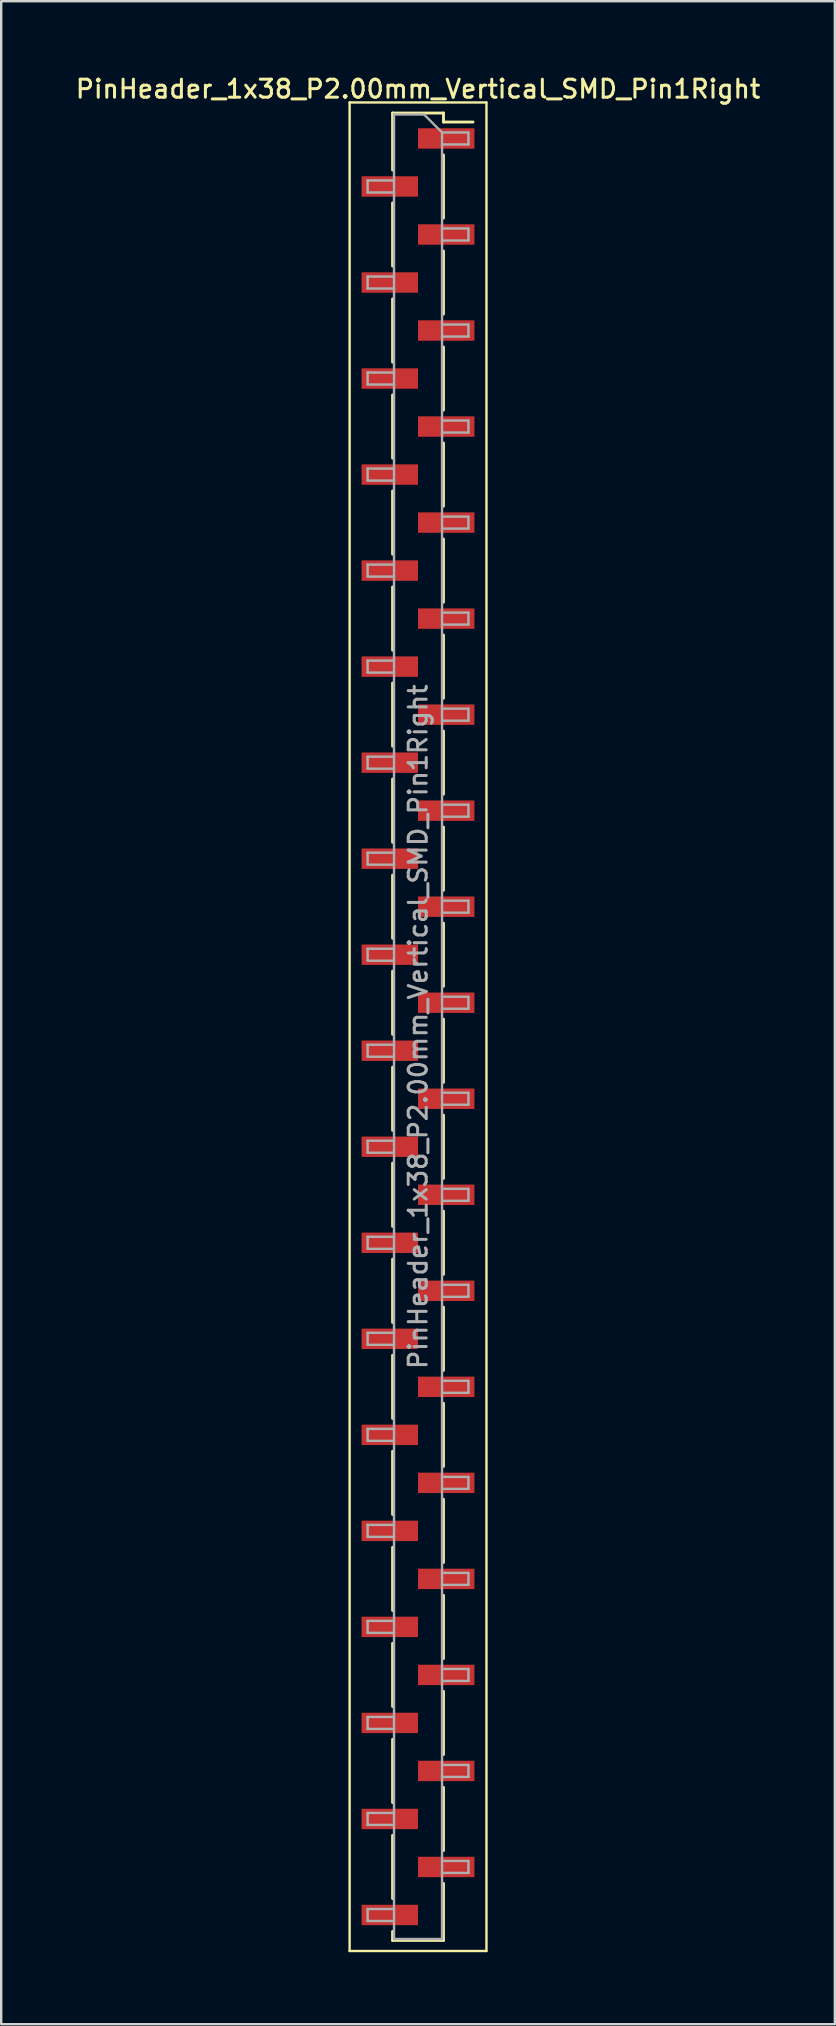
<source format=kicad_pcb>
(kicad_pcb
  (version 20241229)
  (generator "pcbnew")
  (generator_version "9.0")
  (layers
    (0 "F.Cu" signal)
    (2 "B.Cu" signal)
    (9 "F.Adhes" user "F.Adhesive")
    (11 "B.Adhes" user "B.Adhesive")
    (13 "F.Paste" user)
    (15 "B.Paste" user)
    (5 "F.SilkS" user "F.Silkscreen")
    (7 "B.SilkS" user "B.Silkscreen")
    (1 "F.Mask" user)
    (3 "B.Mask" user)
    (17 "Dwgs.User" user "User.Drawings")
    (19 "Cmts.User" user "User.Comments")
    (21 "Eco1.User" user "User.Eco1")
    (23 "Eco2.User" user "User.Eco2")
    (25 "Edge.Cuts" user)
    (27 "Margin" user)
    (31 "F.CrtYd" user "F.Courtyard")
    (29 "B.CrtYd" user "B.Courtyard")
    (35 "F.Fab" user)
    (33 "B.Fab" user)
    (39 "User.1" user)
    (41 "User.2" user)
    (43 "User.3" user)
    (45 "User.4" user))
  (footprint "PinHeader_1x38_P2.00mm_Vertical_SMD_Pin1Right"
    (layer "F.Cu")
    (at 14.363 39.718)
    (property "Reference" "PinHeader_1x38_P2.00mm_Vertical_SMD_Pin1Right" (at 0 -39.06 0) (layer "F.SilkS") (effects (font (size 0.75 0.75) (thickness 0.125))))
    (attr smd)
    (fp_line (start -2.85 -38.5) (end -2.85 38.5) (stroke (width 0.1) (type solid)) (layer "F.SilkS"))
    (fp_line (start -2.85 38.5) (end 2.85 38.5) (stroke (width 0.1) (type solid)) (layer "F.SilkS"))
    (fp_line (start -1.06 -38.06) (end -1.06 -35.685) (stroke (width 0.12) (type solid)) (layer "F.SilkS"))
    (fp_line (start -1.06 -38.06) (end 1.06 -38.06) (stroke (width 0.12) (type solid)) (layer "F.SilkS"))
    (fp_line (start -1.06 -34.315) (end -1.06 -31.685) (stroke (width 0.12) (type solid)) (layer "F.SilkS"))
    (fp_line (start -1.06 -30.315) (end -1.06 -27.685) (stroke (width 0.12) (type solid)) (layer "F.SilkS"))
    (fp_line (start -1.06 -26.315) (end -1.06 -23.685) (stroke (width 0.12) (type solid)) (layer "F.SilkS"))
    (fp_line (start -1.06 -22.315) (end -1.06 -19.685) (stroke (width 0.12) (type solid)) (layer "F.SilkS"))
    (fp_line (start -1.06 -18.315) (end -1.06 -15.685) (stroke (width 0.12) (type solid)) (layer "F.SilkS"))
    (fp_line (start -1.06 -14.315) (end -1.06 -11.685) (stroke (width 0.12) (type solid)) (layer "F.SilkS"))
    (fp_line (start -1.06 -10.315) (end -1.06 -7.685) (stroke (width 0.12) (type solid)) (layer "F.SilkS"))
    (fp_line (start -1.06 -6.315) (end -1.06 -3.685) (stroke (width 0.12) (type solid)) (layer "F.SilkS"))
    (fp_line (start -1.06 -2.315) (end -1.06 0.315) (stroke (width 0.12) (type solid)) (layer "F.SilkS"))
    (fp_line (start -1.06 1.685) (end -1.06 4.315) (stroke (width 0.12) (type solid)) (layer "F.SilkS"))
    (fp_line (start -1.06 5.685) (end -1.06 8.315) (stroke (width 0.12) (type solid)) (layer "F.SilkS"))
    (fp_line (start -1.06 9.685) (end -1.06 12.315) (stroke (width 0.12) (type solid)) (layer "F.SilkS"))
    (fp_line (start -1.06 13.685) (end -1.06 16.315) (stroke (width 0.12) (type solid)) (layer "F.SilkS"))
    (fp_line (start -1.06 17.685) (end -1.06 20.315) (stroke (width 0.12) (type solid)) (layer "F.SilkS"))
    (fp_line (start -1.06 21.685) (end -1.06 24.315) (stroke (width 0.12) (type solid)) (layer "F.SilkS"))
    (fp_line (start -1.06 25.685) (end -1.06 28.315) (stroke (width 0.12) (type solid)) (layer "F.SilkS"))
    (fp_line (start -1.06 29.685) (end -1.06 32.315) (stroke (width 0.12) (type solid)) (layer "F.SilkS"))
    (fp_line (start -1.06 33.685) (end -1.06 36.315) (stroke (width 0.12) (type solid)) (layer "F.SilkS"))
    (fp_line (start -1.06 37.685) (end -1.06 38.06) (stroke (width 0.12) (type solid)) (layer "F.SilkS"))
    (fp_line (start -1.06 38.06) (end 1.06 38.06) (stroke (width 0.12) (type solid)) (layer "F.SilkS"))
    (fp_line (start 1.06 -38.06) (end 1.06 -37.685) (stroke (width 0.12) (type solid)) (layer "F.SilkS"))
    (fp_line (start 1.06 -37.685) (end 2.29 -37.685) (stroke (width 0.12) (type solid)) (layer "F.SilkS"))
    (fp_line (start 1.06 -36.315) (end 1.06 -33.685) (stroke (width 0.12) (type solid)) (layer "F.SilkS"))
    (fp_line (start 1.06 -32.315) (end 1.06 -29.685) (stroke (width 0.12) (type solid)) (layer "F.SilkS"))
    (fp_line (start 1.06 -28.315) (end 1.06 -25.685) (stroke (width 0.12) (type solid)) (layer "F.SilkS"))
    (fp_line (start 1.06 -24.315) (end 1.06 -21.685) (stroke (width 0.12) (type solid)) (layer "F.SilkS"))
    (fp_line (start 1.06 -20.315) (end 1.06 -17.685) (stroke (width 0.12) (type solid)) (layer "F.SilkS"))
    (fp_line (start 1.06 -16.315) (end 1.06 -13.685) (stroke (width 0.12) (type solid)) (layer "F.SilkS"))
    (fp_line (start 1.06 -12.315) (end 1.06 -9.685) (stroke (width 0.12) (type solid)) (layer "F.SilkS"))
    (fp_line (start 1.06 -8.315) (end 1.06 -5.685) (stroke (width 0.12) (type solid)) (layer "F.SilkS"))
    (fp_line (start 1.06 -4.315) (end 1.06 -1.685) (stroke (width 0.12) (type solid)) (layer "F.SilkS"))
    (fp_line (start 1.06 -0.315) (end 1.06 2.315) (stroke (width 0.12) (type solid)) (layer "F.SilkS"))
    (fp_line (start 1.06 3.685) (end 1.06 6.315) (stroke (width 0.12) (type solid)) (layer "F.SilkS"))
    (fp_line (start 1.06 7.685) (end 1.06 10.315) (stroke (width 0.12) (type solid)) (layer "F.SilkS"))
    (fp_line (start 1.06 11.685) (end 1.06 14.315) (stroke (width 0.12) (type solid)) (layer "F.SilkS"))
    (fp_line (start 1.06 15.685) (end 1.06 18.315) (stroke (width 0.12) (type solid)) (layer "F.SilkS"))
    (fp_line (start 1.06 19.685) (end 1.06 22.315) (stroke (width 0.12) (type solid)) (layer "F.SilkS"))
    (fp_line (start 1.06 23.685) (end 1.06 26.315) (stroke (width 0.12) (type solid)) (layer "F.SilkS"))
    (fp_line (start 1.06 27.685) (end 1.06 30.315) (stroke (width 0.12) (type solid)) (layer "F.SilkS"))
    (fp_line (start 1.06 31.685) (end 1.06 34.315) (stroke (width 0.12) (type solid)) (layer "F.SilkS"))
    (fp_line (start 1.06 35.685) (end 1.06 38.06) (stroke (width 0.12) (type solid)) (layer "F.SilkS"))
    (fp_line (start 2.85 -38.5) (end -2.85 -38.5) (stroke (width 0.1) (type solid)) (layer "F.SilkS"))
    (fp_line (start 2.85 38.5) (end 2.85 -38.5) (stroke (width 0.1) (type solid)) (layer "F.SilkS"))
    (fp_line (start -2.1 -35.25) (end -2.1 -34.75) (stroke (width 0.1) (type solid)) (layer "F.Fab"))
    (fp_line (start -2.1 -34.75) (end -1 -34.75) (stroke (width 0.1) (type solid)) (layer "F.Fab"))
    (fp_line (start -2.1 -31.25) (end -2.1 -30.75) (stroke (width 0.1) (type solid)) (layer "F.Fab"))
    (fp_line (start -2.1 -30.75) (end -1 -30.75) (stroke (width 0.1) (type solid)) (layer "F.Fab"))
    (fp_line (start -2.1 -27.25) (end -2.1 -26.75) (stroke (width 0.1) (type solid)) (layer "F.Fab"))
    (fp_line (start -2.1 -26.75) (end -1 -26.75) (stroke (width 0.1) (type solid)) (layer "F.Fab"))
    (fp_line (start -2.1 -23.25) (end -2.1 -22.75) (stroke (width 0.1) (type solid)) (layer "F.Fab"))
    (fp_line (start -2.1 -22.75) (end -1 -22.75) (stroke (width 0.1) (type solid)) (layer "F.Fab"))
    (fp_line (start -2.1 -19.25) (end -2.1 -18.75) (stroke (width 0.1) (type solid)) (layer "F.Fab"))
    (fp_line (start -2.1 -18.75) (end -1 -18.75) (stroke (width 0.1) (type solid)) (layer "F.Fab"))
    (fp_line (start -2.1 -15.25) (end -2.1 -14.75) (stroke (width 0.1) (type solid)) (layer "F.Fab"))
    (fp_line (start -2.1 -14.75) (end -1 -14.75) (stroke (width 0.1) (type solid)) (layer "F.Fab"))
    (fp_line (start -2.1 -11.25) (end -2.1 -10.75) (stroke (width 0.1) (type solid)) (layer "F.Fab"))
    (fp_line (start -2.1 -10.75) (end -1 -10.75) (stroke (width 0.1) (type solid)) (layer "F.Fab"))
    (fp_line (start -2.1 -7.25) (end -2.1 -6.75) (stroke (width 0.1) (type solid)) (layer "F.Fab"))
    (fp_line (start -2.1 -6.75) (end -1 -6.75) (stroke (width 0.1) (type solid)) (layer "F.Fab"))
    (fp_line (start -2.1 -3.25) (end -2.1 -2.75) (stroke (width 0.1) (type solid)) (layer "F.Fab"))
    (fp_line (start -2.1 -2.75) (end -1 -2.75) (stroke (width 0.1) (type solid)) (layer "F.Fab"))
    (fp_line (start -2.1 0.75) (end -2.1 1.25) (stroke (width 0.1) (type solid)) (layer "F.Fab"))
    (fp_line (start -2.1 1.25) (end -1 1.25) (stroke (width 0.1) (type solid)) (layer "F.Fab"))
    (fp_line (start -2.1 4.75) (end -2.1 5.25) (stroke (width 0.1) (type solid)) (layer "F.Fab"))
    (fp_line (start -2.1 5.25) (end -1 5.25) (stroke (width 0.1) (type solid)) (layer "F.Fab"))
    (fp_line (start -2.1 8.75) (end -2.1 9.25) (stroke (width 0.1) (type solid)) (layer "F.Fab"))
    (fp_line (start -2.1 9.25) (end -1 9.25) (stroke (width 0.1) (type solid)) (layer "F.Fab"))
    (fp_line (start -2.1 12.75) (end -2.1 13.25) (stroke (width 0.1) (type solid)) (layer "F.Fab"))
    (fp_line (start -2.1 13.25) (end -1 13.25) (stroke (width 0.1) (type solid)) (layer "F.Fab"))
    (fp_line (start -2.1 16.75) (end -2.1 17.25) (stroke (width 0.1) (type solid)) (layer "F.Fab"))
    (fp_line (start -2.1 17.25) (end -1 17.25) (stroke (width 0.1) (type solid)) (layer "F.Fab"))
    (fp_line (start -2.1 20.75) (end -2.1 21.25) (stroke (width 0.1) (type solid)) (layer "F.Fab"))
    (fp_line (start -2.1 21.25) (end -1 21.25) (stroke (width 0.1) (type solid)) (layer "F.Fab"))
    (fp_line (start -2.1 24.75) (end -2.1 25.25) (stroke (width 0.1) (type solid)) (layer "F.Fab"))
    (fp_line (start -2.1 25.25) (end -1 25.25) (stroke (width 0.1) (type solid)) (layer "F.Fab"))
    (fp_line (start -2.1 28.75) (end -2.1 29.25) (stroke (width 0.1) (type solid)) (layer "F.Fab"))
    (fp_line (start -2.1 29.25) (end -1 29.25) (stroke (width 0.1) (type solid)) (layer "F.Fab"))
    (fp_line (start -2.1 32.75) (end -2.1 33.25) (stroke (width 0.1) (type solid)) (layer "F.Fab"))
    (fp_line (start -2.1 33.25) (end -1 33.25) (stroke (width 0.1) (type solid)) (layer "F.Fab"))
    (fp_line (start -2.1 36.75) (end -2.1 37.25) (stroke (width 0.1) (type solid)) (layer "F.Fab"))
    (fp_line (start -2.1 37.25) (end -1 37.25) (stroke (width 0.1) (type solid)) (layer "F.Fab"))
    (fp_line (start -1 -38) (end -1 38) (stroke (width 0.1) (type solid)) (layer "F.Fab"))
    (fp_line (start -1 -38) (end 0.25 -38) (stroke (width 0.1) (type solid)) (layer "F.Fab"))
    (fp_line (start -1 -35.25) (end -2.1 -35.25) (stroke (width 0.1) (type solid)) (layer "F.Fab"))
    (fp_line (start -1 -31.25) (end -2.1 -31.25) (stroke (width 0.1) (type solid)) (layer "F.Fab"))
    (fp_line (start -1 -27.25) (end -2.1 -27.25) (stroke (width 0.1) (type solid)) (layer "F.Fab"))
    (fp_line (start -1 -23.25) (end -2.1 -23.25) (stroke (width 0.1) (type solid)) (layer "F.Fab"))
    (fp_line (start -1 -19.25) (end -2.1 -19.25) (stroke (width 0.1) (type solid)) (layer "F.Fab"))
    (fp_line (start -1 -15.25) (end -2.1 -15.25) (stroke (width 0.1) (type solid)) (layer "F.Fab"))
    (fp_line (start -1 -11.25) (end -2.1 -11.25) (stroke (width 0.1) (type solid)) (layer "F.Fab"))
    (fp_line (start -1 -7.25) (end -2.1 -7.25) (stroke (width 0.1) (type solid)) (layer "F.Fab"))
    (fp_line (start -1 -3.25) (end -2.1 -3.25) (stroke (width 0.1) (type solid)) (layer "F.Fab"))
    (fp_line (start -1 0.75) (end -2.1 0.75) (stroke (width 0.1) (type solid)) (layer "F.Fab"))
    (fp_line (start -1 4.75) (end -2.1 4.75) (stroke (width 0.1) (type solid)) (layer "F.Fab"))
    (fp_line (start -1 8.75) (end -2.1 8.75) (stroke (width 0.1) (type solid)) (layer "F.Fab"))
    (fp_line (start -1 12.75) (end -2.1 12.75) (stroke (width 0.1) (type solid)) (layer "F.Fab"))
    (fp_line (start -1 16.75) (end -2.1 16.75) (stroke (width 0.1) (type solid)) (layer "F.Fab"))
    (fp_line (start -1 20.75) (end -2.1 20.75) (stroke (width 0.1) (type solid)) (layer "F.Fab"))
    (fp_line (start -1 24.75) (end -2.1 24.75) (stroke (width 0.1) (type solid)) (layer "F.Fab"))
    (fp_line (start -1 28.75) (end -2.1 28.75) (stroke (width 0.1) (type solid)) (layer "F.Fab"))
    (fp_line (start -1 32.75) (end -2.1 32.75) (stroke (width 0.1) (type solid)) (layer "F.Fab"))
    (fp_line (start -1 36.75) (end -2.1 36.75) (stroke (width 0.1) (type solid)) (layer "F.Fab"))
    (fp_line (start 1 -37.25) (end 0.25 -38) (stroke (width 0.1) (type solid)) (layer "F.Fab"))
    (fp_line (start 1 -37.25) (end 2.1 -37.25) (stroke (width 0.1) (type solid)) (layer "F.Fab"))
    (fp_line (start 1 -33.25) (end 2.1 -33.25) (stroke (width 0.1) (type solid)) (layer "F.Fab"))
    (fp_line (start 1 -29.25) (end 2.1 -29.25) (stroke (width 0.1) (type solid)) (layer "F.Fab"))
    (fp_line (start 1 -25.25) (end 2.1 -25.25) (stroke (width 0.1) (type solid)) (layer "F.Fab"))
    (fp_line (start 1 -21.25) (end 2.1 -21.25) (stroke (width 0.1) (type solid)) (layer "F.Fab"))
    (fp_line (start 1 -17.25) (end 2.1 -17.25) (stroke (width 0.1) (type solid)) (layer "F.Fab"))
    (fp_line (start 1 -13.25) (end 2.1 -13.25) (stroke (width 0.1) (type solid)) (layer "F.Fab"))
    (fp_line (start 1 -9.25) (end 2.1 -9.25) (stroke (width 0.1) (type solid)) (layer "F.Fab"))
    (fp_line (start 1 -5.25) (end 2.1 -5.25) (stroke (width 0.1) (type solid)) (layer "F.Fab"))
    (fp_line (start 1 -1.25) (end 2.1 -1.25) (stroke (width 0.1) (type solid)) (layer "F.Fab"))
    (fp_line (start 1 2.75) (end 2.1 2.75) (stroke (width 0.1) (type solid)) (layer "F.Fab"))
    (fp_line (start 1 6.75) (end 2.1 6.75) (stroke (width 0.1) (type solid)) (layer "F.Fab"))
    (fp_line (start 1 10.75) (end 2.1 10.75) (stroke (width 0.1) (type solid)) (layer "F.Fab"))
    (fp_line (start 1 14.75) (end 2.1 14.75) (stroke (width 0.1) (type solid)) (layer "F.Fab"))
    (fp_line (start 1 18.75) (end 2.1 18.75) (stroke (width 0.1) (type solid)) (layer "F.Fab"))
    (fp_line (start 1 22.75) (end 2.1 22.75) (stroke (width 0.1) (type solid)) (layer "F.Fab"))
    (fp_line (start 1 26.75) (end 2.1 26.75) (stroke (width 0.1) (type solid)) (layer "F.Fab"))
    (fp_line (start 1 30.75) (end 2.1 30.75) (stroke (width 0.1) (type solid)) (layer "F.Fab"))
    (fp_line (start 1 34.75) (end 2.1 34.75) (stroke (width 0.1) (type solid)) (layer "F.Fab"))
    (fp_line (start 1 38) (end -1 38) (stroke (width 0.1) (type solid)) (layer "F.Fab"))
    (fp_line (start 1 38) (end 1 -37.25) (stroke (width 0.1) (type solid)) (layer "F.Fab"))
    (fp_line (start 2.1 -37.25) (end 2.1 -36.75) (stroke (width 0.1) (type solid)) (layer "F.Fab"))
    (fp_line (start 2.1 -36.75) (end 1 -36.75) (stroke (width 0.1) (type solid)) (layer "F.Fab"))
    (fp_line (start 2.1 -33.25) (end 2.1 -32.75) (stroke (width 0.1) (type solid)) (layer "F.Fab"))
    (fp_line (start 2.1 -32.75) (end 1 -32.75) (stroke (width 0.1) (type solid)) (layer "F.Fab"))
    (fp_line (start 2.1 -29.25) (end 2.1 -28.75) (stroke (width 0.1) (type solid)) (layer "F.Fab"))
    (fp_line (start 2.1 -28.75) (end 1 -28.75) (stroke (width 0.1) (type solid)) (layer "F.Fab"))
    (fp_line (start 2.1 -25.25) (end 2.1 -24.75) (stroke (width 0.1) (type solid)) (layer "F.Fab"))
    (fp_line (start 2.1 -24.75) (end 1 -24.75) (stroke (width 0.1) (type solid)) (layer "F.Fab"))
    (fp_line (start 2.1 -21.25) (end 2.1 -20.75) (stroke (width 0.1) (type solid)) (layer "F.Fab"))
    (fp_line (start 2.1 -20.75) (end 1 -20.75) (stroke (width 0.1) (type solid)) (layer "F.Fab"))
    (fp_line (start 2.1 -17.25) (end 2.1 -16.75) (stroke (width 0.1) (type solid)) (layer "F.Fab"))
    (fp_line (start 2.1 -16.75) (end 1 -16.75) (stroke (width 0.1) (type solid)) (layer "F.Fab"))
    (fp_line (start 2.1 -13.25) (end 2.1 -12.75) (stroke (width 0.1) (type solid)) (layer "F.Fab"))
    (fp_line (start 2.1 -12.75) (end 1 -12.75) (stroke (width 0.1) (type solid)) (layer "F.Fab"))
    (fp_line (start 2.1 -9.25) (end 2.1 -8.75) (stroke (width 0.1) (type solid)) (layer "F.Fab"))
    (fp_line (start 2.1 -8.75) (end 1 -8.75) (stroke (width 0.1) (type solid)) (layer "F.Fab"))
    (fp_line (start 2.1 -5.25) (end 2.1 -4.75) (stroke (width 0.1) (type solid)) (layer "F.Fab"))
    (fp_line (start 2.1 -4.75) (end 1 -4.75) (stroke (width 0.1) (type solid)) (layer "F.Fab"))
    (fp_line (start 2.1 -1.25) (end 2.1 -0.75) (stroke (width 0.1) (type solid)) (layer "F.Fab"))
    (fp_line (start 2.1 -0.75) (end 1 -0.75) (stroke (width 0.1) (type solid)) (layer "F.Fab"))
    (fp_line (start 2.1 2.75) (end 2.1 3.25) (stroke (width 0.1) (type solid)) (layer "F.Fab"))
    (fp_line (start 2.1 3.25) (end 1 3.25) (stroke (width 0.1) (type solid)) (layer "F.Fab"))
    (fp_line (start 2.1 6.75) (end 2.1 7.25) (stroke (width 0.1) (type solid)) (layer "F.Fab"))
    (fp_line (start 2.1 7.25) (end 1 7.25) (stroke (width 0.1) (type solid)) (layer "F.Fab"))
    (fp_line (start 2.1 10.75) (end 2.1 11.25) (stroke (width 0.1) (type solid)) (layer "F.Fab"))
    (fp_line (start 2.1 11.25) (end 1 11.25) (stroke (width 0.1) (type solid)) (layer "F.Fab"))
    (fp_line (start 2.1 14.75) (end 2.1 15.25) (stroke (width 0.1) (type solid)) (layer "F.Fab"))
    (fp_line (start 2.1 15.25) (end 1 15.25) (stroke (width 0.1) (type solid)) (layer "F.Fab"))
    (fp_line (start 2.1 18.75) (end 2.1 19.25) (stroke (width 0.1) (type solid)) (layer "F.Fab"))
    (fp_line (start 2.1 19.25) (end 1 19.25) (stroke (width 0.1) (type solid)) (layer "F.Fab"))
    (fp_line (start 2.1 22.75) (end 2.1 23.25) (stroke (width 0.1) (type solid)) (layer "F.Fab"))
    (fp_line (start 2.1 23.25) (end 1 23.25) (stroke (width 0.1) (type solid)) (layer "F.Fab"))
    (fp_line (start 2.1 26.75) (end 2.1 27.25) (stroke (width 0.1) (type solid)) (layer "F.Fab"))
    (fp_line (start 2.1 27.25) (end 1 27.25) (stroke (width 0.1) (type solid)) (layer "F.Fab"))
    (fp_line (start 2.1 30.75) (end 2.1 31.25) (stroke (width 0.1) (type solid)) (layer "F.Fab"))
    (fp_line (start 2.1 31.25) (end 1 31.25) (stroke (width 0.1) (type solid)) (layer "F.Fab"))
    (fp_line (start 2.1 34.75) (end 2.1 35.25) (stroke (width 0.1) (type solid)) (layer "F.Fab"))
    (fp_line (start 2.1 35.25) (end 1 35.25) (stroke (width 0.1) (type solid)) (layer "F.Fab"))
    (fp_text user "${REFERENCE}" (at 0 0 90) (layer "F.Fab") (effects (font (size 0.75 0.75) (thickness 0.125))))
    (pad "1" smd rect (at 1.175 -37) (size 2.35 0.85) (layers "F.Cu" "F.Mask" "F.Paste"))
    (pad "2" smd rect (at -1.175 -35) (size 2.35 0.85) (layers "F.Cu" "F.Mask" "F.Paste"))
    (pad "3" smd rect (at 1.175 -33) (size 2.35 0.85) (layers "F.Cu" "F.Mask" "F.Paste"))
    (pad "4" smd rect (at -1.175 -31) (size 2.35 0.85) (layers "F.Cu" "F.Mask" "F.Paste"))
    (pad "5" smd rect (at 1.175 -29) (size 2.35 0.85) (layers "F.Cu" "F.Mask" "F.Paste"))
    (pad "6" smd rect (at -1.175 -27) (size 2.35 0.85) (layers "F.Cu" "F.Mask" "F.Paste"))
    (pad "7" smd rect (at 1.175 -25) (size 2.35 0.85) (layers "F.Cu" "F.Mask" "F.Paste"))
    (pad "8" smd rect (at -1.175 -23) (size 2.35 0.85) (layers "F.Cu" "F.Mask" "F.Paste"))
    (pad "9" smd rect (at 1.175 -21) (size 2.35 0.85) (layers "F.Cu" "F.Mask" "F.Paste"))
    (pad "10" smd rect (at -1.175 -19) (size 2.35 0.85) (layers "F.Cu" "F.Mask" "F.Paste"))
    (pad "11" smd rect (at 1.175 -17) (size 2.35 0.85) (layers "F.Cu" "F.Mask" "F.Paste"))
    (pad "12" smd rect (at -1.175 -15) (size 2.35 0.85) (layers "F.Cu" "F.Mask" "F.Paste"))
    (pad "13" smd rect (at 1.175 -13) (size 2.35 0.85) (layers "F.Cu" "F.Mask" "F.Paste"))
    (pad "14" smd rect (at -1.175 -11) (size 2.35 0.85) (layers "F.Cu" "F.Mask" "F.Paste"))
    (pad "15" smd rect (at 1.175 -9) (size 2.35 0.85) (layers "F.Cu" "F.Mask" "F.Paste"))
    (pad "16" smd rect (at -1.175 -7) (size 2.35 0.85) (layers "F.Cu" "F.Mask" "F.Paste"))
    (pad "17" smd rect (at 1.175 -5) (size 2.35 0.85) (layers "F.Cu" "F.Mask" "F.Paste"))
    (pad "18" smd rect (at -1.175 -3) (size 2.35 0.85) (layers "F.Cu" "F.Mask" "F.Paste"))
    (pad "19" smd rect (at 1.175 -1) (size 2.35 0.85) (layers "F.Cu" "F.Mask" "F.Paste"))
    (pad "20" smd rect (at -1.175 1) (size 2.35 0.85) (layers "F.Cu" "F.Mask" "F.Paste"))
    (pad "21" smd rect (at 1.175 3) (size 2.35 0.85) (layers "F.Cu" "F.Mask" "F.Paste"))
    (pad "22" smd rect (at -1.175 5) (size 2.35 0.85) (layers "F.Cu" "F.Mask" "F.Paste"))
    (pad "23" smd rect (at 1.175 7) (size 2.35 0.85) (layers "F.Cu" "F.Mask" "F.Paste"))
    (pad "24" smd rect (at -1.175 9) (size 2.35 0.85) (layers "F.Cu" "F.Mask" "F.Paste"))
    (pad "25" smd rect (at 1.175 11) (size 2.35 0.85) (layers "F.Cu" "F.Mask" "F.Paste"))
    (pad "26" smd rect (at -1.175 13) (size 2.35 0.85) (layers "F.Cu" "F.Mask" "F.Paste"))
    (pad "27" smd rect (at 1.175 15) (size 2.35 0.85) (layers "F.Cu" "F.Mask" "F.Paste"))
    (pad "28" smd rect (at -1.175 17) (size 2.35 0.85) (layers "F.Cu" "F.Mask" "F.Paste"))
    (pad "29" smd rect (at 1.175 19) (size 2.35 0.85) (layers "F.Cu" "F.Mask" "F.Paste"))
    (pad "30" smd rect (at -1.175 21) (size 2.35 0.85) (layers "F.Cu" "F.Mask" "F.Paste"))
    (pad "31" smd rect (at 1.175 23) (size 2.35 0.85) (layers "F.Cu" "F.Mask" "F.Paste"))
    (pad "32" smd rect (at -1.175 25) (size 2.35 0.85) (layers "F.Cu" "F.Mask" "F.Paste"))
    (pad "33" smd rect (at 1.175 27) (size 2.35 0.85) (layers "F.Cu" "F.Mask" "F.Paste"))
    (pad "34" smd rect (at -1.175 29) (size 2.35 0.85) (layers "F.Cu" "F.Mask" "F.Paste"))
    (pad "35" smd rect (at 1.175 31) (size 2.35 0.85) (layers "F.Cu" "F.Mask" "F.Paste"))
    (pad "36" smd rect (at -1.175 33) (size 2.35 0.85) (layers "F.Cu" "F.Mask" "F.Paste"))
    (pad "37" smd rect (at 1.175 35) (size 2.35 0.85) (layers "F.Cu" "F.Mask" "F.Paste"))
    (pad "38" smd rect (at -1.175 37) (size 2.35 0.85) (layers "F.Cu" "F.Mask" "F.Paste")))
  (gr_rect
    (start -3 -3)
    (end 31.725 81.268)
    (stroke (width 0.1) (type default))
    (fill no)
    (layer "Edge.Cuts")))
</source>
